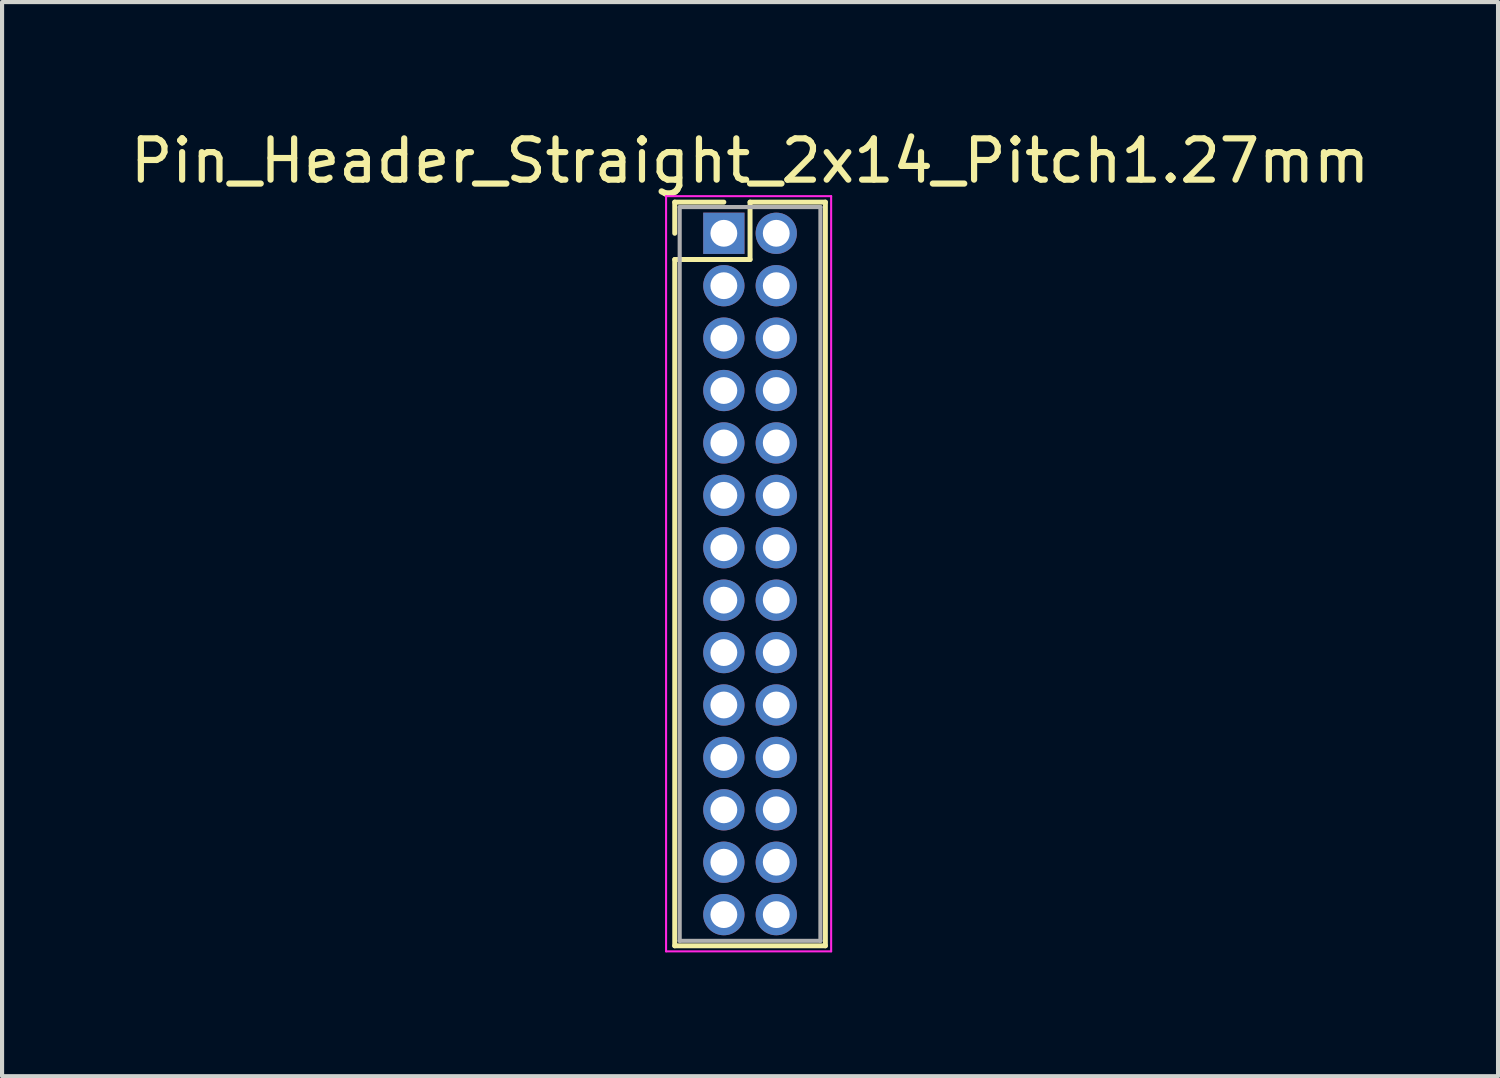
<source format=kicad_pcb>
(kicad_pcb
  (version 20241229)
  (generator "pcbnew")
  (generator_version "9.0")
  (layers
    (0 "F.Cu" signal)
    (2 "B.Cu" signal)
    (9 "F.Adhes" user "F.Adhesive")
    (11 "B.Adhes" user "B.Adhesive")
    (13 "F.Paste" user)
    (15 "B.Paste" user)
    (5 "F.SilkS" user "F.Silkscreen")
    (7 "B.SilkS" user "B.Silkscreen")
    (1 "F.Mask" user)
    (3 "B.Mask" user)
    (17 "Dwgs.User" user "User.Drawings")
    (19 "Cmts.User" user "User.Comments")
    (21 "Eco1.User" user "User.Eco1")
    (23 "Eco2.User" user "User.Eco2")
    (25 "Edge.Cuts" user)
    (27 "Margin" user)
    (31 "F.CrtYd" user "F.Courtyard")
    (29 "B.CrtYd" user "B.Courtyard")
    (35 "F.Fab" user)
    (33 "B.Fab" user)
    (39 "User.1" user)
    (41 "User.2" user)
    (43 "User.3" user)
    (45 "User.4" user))
  (footprint "Pin_Header_Straight_2x14_Pitch1.27mm"
    (layer "F.Cu")
    (at 14.49 2.603)
    (property "Reference" "Pin_Header_Straight_2x14_Pitch1.27mm" (at 0.635 -1.755 0) (layer "F.SilkS") (effects (font (size 1 1) (thickness 0.15))))
    (attr through_hole)
    (fp_line (start -1.19 -0.755) (end 0 -0.755) (stroke (width 0.12) (type solid)) (layer "F.SilkS"))
    (fp_line (start -1.19 0) (end -1.19 -0.755) (stroke (width 0.12) (type solid)) (layer "F.SilkS"))
    (fp_line (start -1.19 0.635) (end -1.19 17.265) (stroke (width 0.12) (type solid)) (layer "F.SilkS"))
    (fp_line (start -1.19 17.265) (end 2.46 17.265) (stroke (width 0.12) (type solid)) (layer "F.SilkS"))
    (fp_line (start 0.635 -0.755) (end 0.635 0.635) (stroke (width 0.12) (type solid)) (layer "F.SilkS"))
    (fp_line (start 0.635 0.635) (end -1.19 0.635) (stroke (width 0.12) (type solid)) (layer "F.SilkS"))
    (fp_line (start 2.46 -0.755) (end 0.635 -0.755) (stroke (width 0.12) (type solid)) (layer "F.SilkS"))
    (fp_line (start 2.46 17.265) (end 2.46 -0.755) (stroke (width 0.12) (type solid)) (layer "F.SilkS"))
    (fp_line (start -1.4 -0.9) (end -1.4 17.4) (stroke (width 0.05) (type solid)) (layer "F.CrtYd"))
    (fp_line (start -1.4 17.4) (end 2.6 17.4) (stroke (width 0.05) (type solid)) (layer "F.CrtYd"))
    (fp_line (start 2.6 -0.9) (end -1.4 -0.9) (stroke (width 0.05) (type solid)) (layer "F.CrtYd"))
    (fp_line (start 2.6 17.4) (end 2.6 -0.9) (stroke (width 0.05) (type solid)) (layer "F.CrtYd"))
    (fp_line (start -1.07 -0.635) (end -1.07 17.145) (stroke (width 0.1) (type solid)) (layer "F.Fab"))
    (fp_line (start -1.07 17.145) (end 2.34 17.145) (stroke (width 0.1) (type solid)) (layer "F.Fab"))
    (fp_line (start 2.34 -0.635) (end -1.07 -0.635) (stroke (width 0.1) (type solid)) (layer "F.Fab"))
    (fp_line (start 2.34 17.145) (end 2.34 -0.635) (stroke (width 0.1) (type solid)) (layer "F.Fab"))
    (pad "1" thru_hole rect (at 0 0) (size 1 1) (drill 0.65) (layers "*.Cu" "*.Mask"))
    (pad "2" thru_hole oval (at 1.27 0) (size 1 1) (drill 0.65) (layers "*.Cu" "*.Mask"))
    (pad "3" thru_hole oval (at 0 1.27) (size 1 1) (drill 0.65) (layers "*.Cu" "*.Mask"))
    (pad "4" thru_hole oval (at 1.27 1.27) (size 1 1) (drill 0.65) (layers "*.Cu" "*.Mask"))
    (pad "5" thru_hole oval (at 0 2.54) (size 1 1) (drill 0.65) (layers "*.Cu" "*.Mask"))
    (pad "6" thru_hole oval (at 1.27 2.54) (size 1 1) (drill 0.65) (layers "*.Cu" "*.Mask"))
    (pad "7" thru_hole oval (at 0 3.81) (size 1 1) (drill 0.65) (layers "*.Cu" "*.Mask"))
    (pad "8" thru_hole oval (at 1.27 3.81) (size 1 1) (drill 0.65) (layers "*.Cu" "*.Mask"))
    (pad "9" thru_hole oval (at 0 5.08) (size 1 1) (drill 0.65) (layers "*.Cu" "*.Mask"))
    (pad "10" thru_hole oval (at 1.27 5.08) (size 1 1) (drill 0.65) (layers "*.Cu" "*.Mask"))
    (pad "11" thru_hole oval (at 0 6.35) (size 1 1) (drill 0.65) (layers "*.Cu" "*.Mask"))
    (pad "12" thru_hole oval (at 1.27 6.35) (size 1 1) (drill 0.65) (layers "*.Cu" "*.Mask"))
    (pad "13" thru_hole oval (at 0 7.62) (size 1 1) (drill 0.65) (layers "*.Cu" "*.Mask"))
    (pad "14" thru_hole oval (at 1.27 7.62) (size 1 1) (drill 0.65) (layers "*.Cu" "*.Mask"))
    (pad "15" thru_hole oval (at 0 8.89) (size 1 1) (drill 0.65) (layers "*.Cu" "*.Mask"))
    (pad "16" thru_hole oval (at 1.27 8.89) (size 1 1) (drill 0.65) (layers "*.Cu" "*.Mask"))
    (pad "17" thru_hole oval (at 0 10.16) (size 1 1) (drill 0.65) (layers "*.Cu" "*.Mask"))
    (pad "18" thru_hole oval (at 1.27 10.16) (size 1 1) (drill 0.65) (layers "*.Cu" "*.Mask"))
    (pad "19" thru_hole oval (at 0 11.43) (size 1 1) (drill 0.65) (layers "*.Cu" "*.Mask"))
    (pad "20" thru_hole oval (at 1.27 11.43) (size 1 1) (drill 0.65) (layers "*.Cu" "*.Mask"))
    (pad "21" thru_hole oval (at 0 12.7) (size 1 1) (drill 0.65) (layers "*.Cu" "*.Mask"))
    (pad "22" thru_hole oval (at 1.27 12.7) (size 1 1) (drill 0.65) (layers "*.Cu" "*.Mask"))
    (pad "23" thru_hole oval (at 0 13.97) (size 1 1) (drill 0.65) (layers "*.Cu" "*.Mask"))
    (pad "24" thru_hole oval (at 1.27 13.97) (size 1 1) (drill 0.65) (layers "*.Cu" "*.Mask"))
    (pad "25" thru_hole oval (at 0 15.24) (size 1 1) (drill 0.65) (layers "*.Cu" "*.Mask"))
    (pad "26" thru_hole oval (at 1.27 15.24) (size 1 1) (drill 0.65) (layers "*.Cu" "*.Mask"))
    (pad "27" thru_hole oval (at 0 16.51) (size 1 1) (drill 0.65) (layers "*.Cu" "*.Mask"))
    (pad "28" thru_hole oval (at 1.27 16.51) (size 1 1) (drill 0.65) (layers "*.Cu" "*.Mask")))
  (gr_rect
    (start -3 -3)
    (end 33.25 23.028)
    (stroke (width 0.1) (type default))
    (fill no)
    (layer "Edge.Cuts")))
</source>
